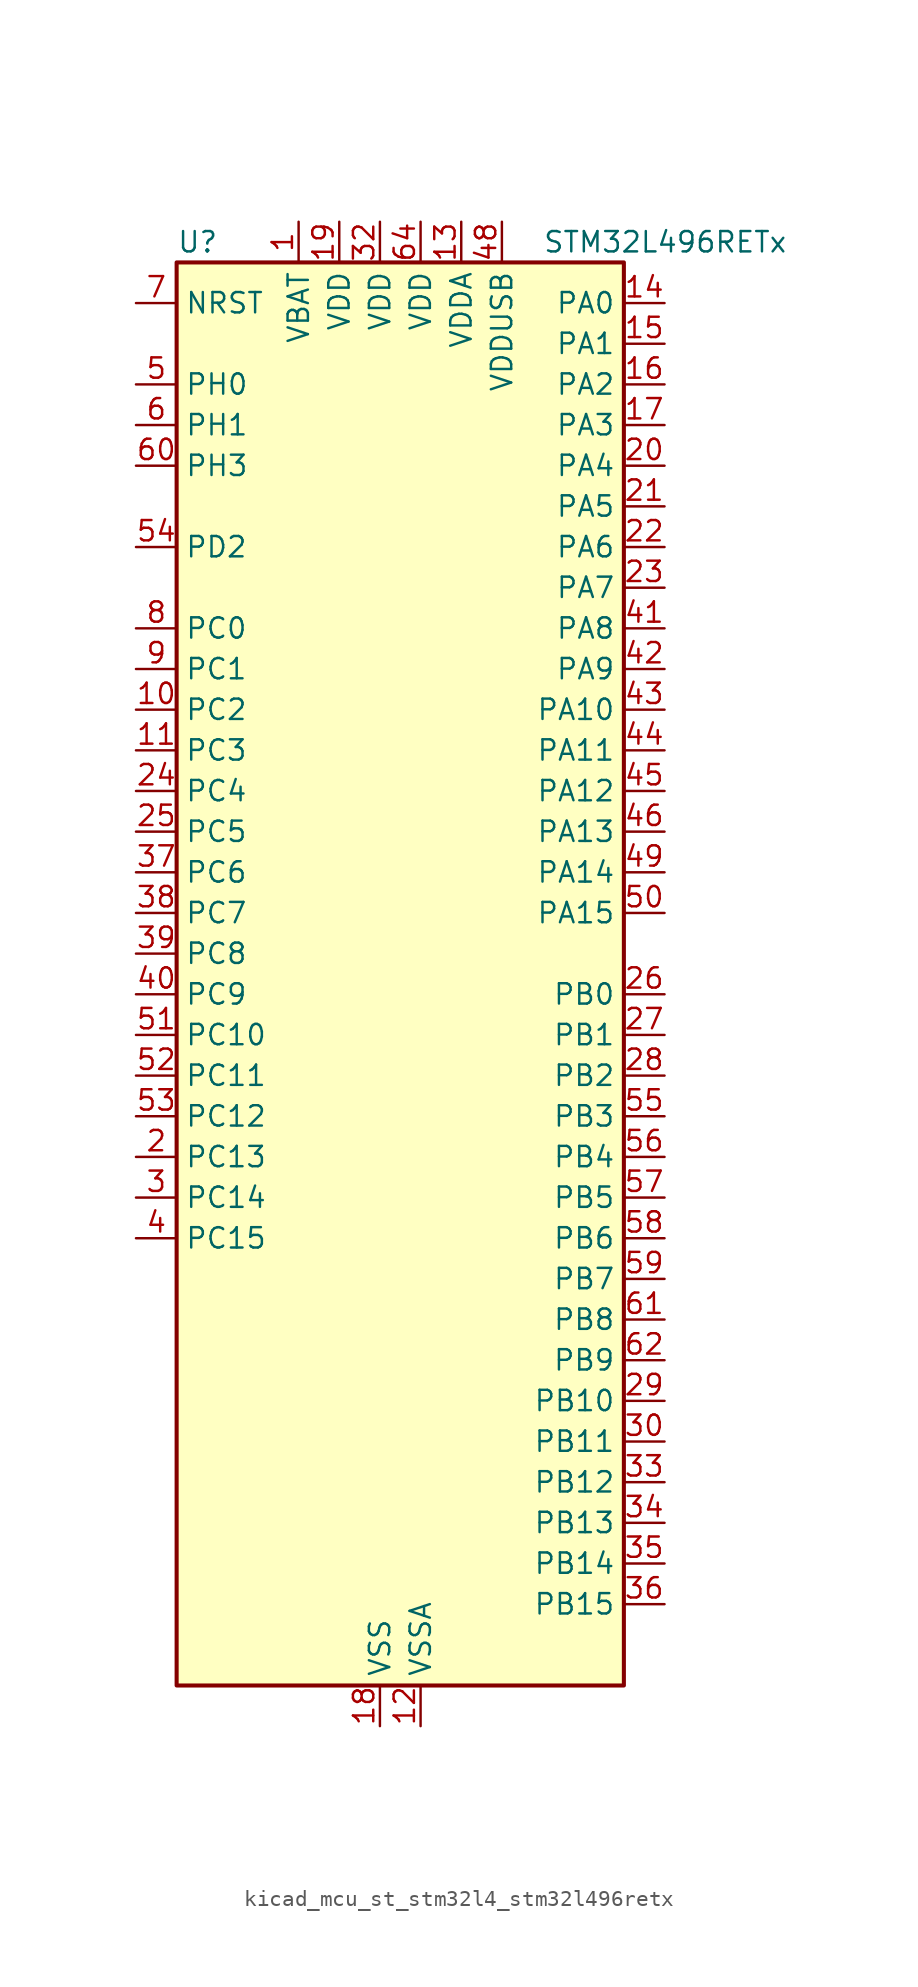
<source format=kicad_sym>
(kicad_symbol_lib
  (version 20220914)
  (generator kicad_symbol_editor)
  (symbol "kicad_mcu_st_stm32l4_stm32l496retx"
    (property "Reference" "U"
      (at -12.7 46.99 0)
      (effects (font (size 1.27 1.27)) (justify left)))
    (property "Value" "STM32L496RETx"
      (at 10.16 46.99 0)
      (effects (font (size 1.27 1.27)) (justify left)))
    (property "ki_locked" ""
      (at 0 0 0)
      (effects (font (size 1.27 1.27))))
    (symbol "kicad_mcu_st_stm32l4_stm32l496retx_0_1"
      (rectangle (start -12.7 -43.18) (end 15.24 45.72) (stroke (width 0.254) (type default)) (fill (type background))))
    (symbol "kicad_mcu_st_stm32l4_stm32l496retx_1_1"
      (pin power_in line (at -5.08 48.26 270) (length 2.54) (name "VBAT" (effects (font (size 1.27 1.27)))) (number "1" (effects (font (size 1.27 1.27)))))
      (pin bidirectional line (at -15.24 17.78 0) (length 2.54) (name "PC2" (effects (font (size 1.27 1.27)))) (number "10" (effects (font (size 1.27 1.27)))) (alternate "ADC1_IN3" bidirectional line) (alternate "ADC2_IN3" bidirectional line) (alternate "ADC3_IN3" bidirectional line) (alternate "DFSDM1_CKOUT" bidirectional line) (alternate "LCD_SEG20" bidirectional line) (alternate "LPTIM1_IN2" bidirectional line) (alternate "QUADSPI_BK2_IO1" bidirectional line) (alternate "SPI2_MISO" bidirectional line))
      (pin bidirectional line (at -15.24 15.24 0) (length 2.54) (name "PC3" (effects (font (size 1.27 1.27)))) (number "11" (effects (font (size 1.27 1.27)))) (alternate "ADC1_IN4" bidirectional line) (alternate "ADC2_IN4" bidirectional line) (alternate "ADC3_IN4" bidirectional line) (alternate "LCD_VLCD" bidirectional line) (alternate "LPTIM1_ETR" bidirectional line) (alternate "LPTIM2_ETR" bidirectional line) (alternate "QUADSPI_BK2_IO2" bidirectional line) (alternate "SAI1_SD_A" bidirectional line) (alternate "SPI2_MOSI" bidirectional line))
      (pin power_in line (at 2.54 -45.72 90) (length 2.54) (name "VSSA" (effects (font (size 1.27 1.27)))) (number "12" (effects (font (size 1.27 1.27)))))
      (pin power_in line (at 5.08 48.26 270) (length 2.54) (name "VDDA" (effects (font (size 1.27 1.27)))) (number "13" (effects (font (size 1.27 1.27)))))
      (pin bidirectional line (at 17.78 43.18 180) (length 2.54) (name "PA0" (effects (font (size 1.27 1.27)))) (number "14" (effects (font (size 1.27 1.27)))) (alternate "ADC1_IN5" bidirectional line) (alternate "ADC2_IN5" bidirectional line) (alternate "OPAMP1_VINP" bidirectional line) (alternate "RTC_TAMP2" bidirectional line) (alternate "SAI1_EXTCLK" bidirectional line) (alternate "SYS_WKUP1" bidirectional line) (alternate "TIM2_CH1" bidirectional line) (alternate "TIM2_ETR" bidirectional line) (alternate "TIM5_CH1" bidirectional line) (alternate "TIM8_ETR" bidirectional line) (alternate "UART4_TX" bidirectional line) (alternate "USART2_CTS" bidirectional line))
      (pin bidirectional line (at 17.78 40.64 180) (length 2.54) (name "PA1" (effects (font (size 1.27 1.27)))) (number "15" (effects (font (size 1.27 1.27)))) (alternate "ADC1_IN6" bidirectional line) (alternate "ADC2_IN6" bidirectional line) (alternate "I2C1_SMBA" bidirectional line) (alternate "LCD_SEG0" bidirectional line) (alternate "OPAMP1_VINM" bidirectional line) (alternate "SPI1_SCK" bidirectional line) (alternate "TIM15_CH1N" bidirectional line) (alternate "TIM2_CH2" bidirectional line) (alternate "TIM5_CH2" bidirectional line) (alternate "UART4_RX" bidirectional line) (alternate "USART2_DE" bidirectional line) (alternate "USART2_RTS" bidirectional line))
      (pin bidirectional line (at 17.78 38.1 180) (length 2.54) (name "PA2" (effects (font (size 1.27 1.27)))) (number "16" (effects (font (size 1.27 1.27)))) (alternate "ADC1_IN7" bidirectional line) (alternate "ADC2_IN7" bidirectional line) (alternate "LCD_SEG1" bidirectional line) (alternate "LPUART1_TX" bidirectional line) (alternate "QUADSPI_BK1_NCS" bidirectional line) (alternate "RCC_LSCO" bidirectional line) (alternate "SAI2_EXTCLK" bidirectional line) (alternate "SYS_WKUP4" bidirectional line) (alternate "TIM15_CH1" bidirectional line) (alternate "TIM2_CH3" bidirectional line) (alternate "TIM5_CH3" bidirectional line) (alternate "USART2_TX" bidirectional line))
      (pin bidirectional line (at 17.78 35.56 180) (length 2.54) (name "PA3" (effects (font (size 1.27 1.27)))) (number "17" (effects (font (size 1.27 1.27)))) (alternate "ADC1_IN8" bidirectional line) (alternate "ADC2_IN8" bidirectional line) (alternate "LCD_SEG2" bidirectional line) (alternate "LPUART1_RX" bidirectional line) (alternate "OPAMP1_VOUT" bidirectional line) (alternate "QUADSPI_CLK" bidirectional line) (alternate "SAI1_MCLK_A" bidirectional line) (alternate "TIM15_CH2" bidirectional line) (alternate "TIM2_CH4" bidirectional line) (alternate "TIM5_CH4" bidirectional line) (alternate "USART2_RX" bidirectional line))
      (pin power_in line (at 0 -45.72 90) (length 2.54) (name "VSS" (effects (font (size 1.27 1.27)))) (number "18" (effects (font (size 1.27 1.27)))))
      (pin power_in line (at -2.54 48.26 270) (length 2.54) (name "VDD" (effects (font (size 1.27 1.27)))) (number "19" (effects (font (size 1.27 1.27)))))
      (pin bidirectional line (at -15.24 -10.16 0) (length 2.54) (name "PC13" (effects (font (size 1.27 1.27)))) (number "2" (effects (font (size 1.27 1.27)))) (alternate "RTC_OUT_ALARM" bidirectional line) (alternate "RTC_OUT_CALIB" bidirectional line) (alternate "RTC_TAMP1" bidirectional line) (alternate "RTC_TS" bidirectional line) (alternate "SYS_WKUP2" bidirectional line))
      (pin bidirectional line (at 17.78 33.02 180) (length 2.54) (name "PA4" (effects (font (size 1.27 1.27)))) (number "20" (effects (font (size 1.27 1.27)))) (alternate "ADC1_IN9" bidirectional line) (alternate "ADC2_IN9" bidirectional line) (alternate "DAC1_OUT1" bidirectional line) (alternate "DCMI_HSYNC" bidirectional line) (alternate "LPTIM2_OUT" bidirectional line) (alternate "SAI1_FS_B" bidirectional line) (alternate "SPI1_NSS" bidirectional line) (alternate "SPI3_NSS" bidirectional line) (alternate "USART2_CK" bidirectional line))
      (pin bidirectional line (at 17.78 30.48 180) (length 2.54) (name "PA5" (effects (font (size 1.27 1.27)))) (number "21" (effects (font (size 1.27 1.27)))) (alternate "ADC1_IN10" bidirectional line) (alternate "ADC2_IN10" bidirectional line) (alternate "DAC1_OUT2" bidirectional line) (alternate "LPTIM2_ETR" bidirectional line) (alternate "SPI1_SCK" bidirectional line) (alternate "TIM2_CH1" bidirectional line) (alternate "TIM2_ETR" bidirectional line) (alternate "TIM8_CH1N" bidirectional line))
      (pin bidirectional line (at 17.78 27.94 180) (length 2.54) (name "PA6" (effects (font (size 1.27 1.27)))) (number "22" (effects (font (size 1.27 1.27)))) (alternate "ADC1_IN11" bidirectional line) (alternate "ADC2_IN11" bidirectional line) (alternate "DCMI_PIXCLK" bidirectional line) (alternate "LCD_SEG3" bidirectional line) (alternate "LPUART1_CTS" bidirectional line) (alternate "OPAMP2_VINP" bidirectional line) (alternate "QUADSPI_BK1_IO3" bidirectional line) (alternate "SPI1_MISO" bidirectional line) (alternate "TIM16_CH1" bidirectional line) (alternate "TIM1_BKIN" bidirectional line) (alternate "TIM1_BKIN_COMP2" bidirectional line) (alternate "TIM3_CH1" bidirectional line) (alternate "TIM8_BKIN" bidirectional line) (alternate "TIM8_BKIN_COMP2" bidirectional line) (alternate "USART3_CTS" bidirectional line))
      (pin bidirectional line (at 17.78 25.4 180) (length 2.54) (name "PA7" (effects (font (size 1.27 1.27)))) (number "23" (effects (font (size 1.27 1.27)))) (alternate "ADC1_IN12" bidirectional line) (alternate "ADC2_IN12" bidirectional line) (alternate "I2C3_SCL" bidirectional line) (alternate "LCD_SEG4" bidirectional line) (alternate "OPAMP2_VINM" bidirectional line) (alternate "QUADSPI_BK1_IO2" bidirectional line) (alternate "SPI1_MOSI" bidirectional line) (alternate "TIM17_CH1" bidirectional line) (alternate "TIM1_CH1N" bidirectional line) (alternate "TIM3_CH2" bidirectional line) (alternate "TIM8_CH1N" bidirectional line))
      (pin bidirectional line (at -15.24 12.7 0) (length 2.54) (name "PC4" (effects (font (size 1.27 1.27)))) (number "24" (effects (font (size 1.27 1.27)))) (alternate "ADC1_IN13" bidirectional line) (alternate "ADC2_IN13" bidirectional line) (alternate "COMP1_INM" bidirectional line) (alternate "LCD_SEG22" bidirectional line) (alternate "QUADSPI_BK2_IO3" bidirectional line) (alternate "USART3_TX" bidirectional line))
      (pin bidirectional line (at -15.24 10.16 0) (length 2.54) (name "PC5" (effects (font (size 1.27 1.27)))) (number "25" (effects (font (size 1.27 1.27)))) (alternate "ADC1_IN14" bidirectional line) (alternate "ADC2_IN14" bidirectional line) (alternate "COMP1_INP" bidirectional line) (alternate "LCD_SEG23" bidirectional line) (alternate "SYS_WKUP5" bidirectional line) (alternate "USART3_RX" bidirectional line))
      (pin bidirectional line (at 17.78 0 180) (length 2.54) (name "PB0" (effects (font (size 1.27 1.27)))) (number "26" (effects (font (size 1.27 1.27)))) (alternate "ADC1_IN15" bidirectional line) (alternate "ADC2_IN15" bidirectional line) (alternate "COMP1_OUT" bidirectional line) (alternate "LCD_SEG5" bidirectional line) (alternate "OPAMP2_VOUT" bidirectional line) (alternate "QUADSPI_BK1_IO1" bidirectional line) (alternate "SAI1_EXTCLK" bidirectional line) (alternate "SPI1_NSS" bidirectional line) (alternate "TIM1_CH2N" bidirectional line) (alternate "TIM3_CH3" bidirectional line) (alternate "TIM8_CH2N" bidirectional line) (alternate "USART3_CK" bidirectional line))
      (pin bidirectional line (at 17.78 -2.54 180) (length 2.54) (name "PB1" (effects (font (size 1.27 1.27)))) (number "27" (effects (font (size 1.27 1.27)))) (alternate "ADC1_IN16" bidirectional line) (alternate "ADC2_IN16" bidirectional line) (alternate "COMP1_INM" bidirectional line) (alternate "DFSDM1_DATIN0" bidirectional line) (alternate "LCD_SEG6" bidirectional line) (alternate "LPTIM2_IN1" bidirectional line) (alternate "LPUART1_DE" bidirectional line) (alternate "LPUART1_RTS" bidirectional line) (alternate "QUADSPI_BK1_IO0" bidirectional line) (alternate "TIM1_CH3N" bidirectional line) (alternate "TIM3_CH4" bidirectional line) (alternate "TIM8_CH3N" bidirectional line) (alternate "USART3_DE" bidirectional line) (alternate "USART3_RTS" bidirectional line))
      (pin bidirectional line (at 17.78 -5.08 180) (length 2.54) (name "PB2" (effects (font (size 1.27 1.27)))) (number "28" (effects (font (size 1.27 1.27)))) (alternate "COMP1_INP" bidirectional line) (alternate "DFSDM1_CKIN0" bidirectional line) (alternate "I2C3_SMBA" bidirectional line) (alternate "LCD_VLCD" bidirectional line) (alternate "LPTIM1_OUT" bidirectional line) (alternate "RTC_OUT_ALARM" bidirectional line) (alternate "RTC_OUT_CALIB" bidirectional line))
      (pin bidirectional line (at 17.78 -25.4 180) (length 2.54) (name "PB10" (effects (font (size 1.27 1.27)))) (number "29" (effects (font (size 1.27 1.27)))) (alternate "COMP1_OUT" bidirectional line) (alternate "DFSDM1_DATIN7" bidirectional line) (alternate "I2C2_SCL" bidirectional line) (alternate "I2C4_SCL" bidirectional line) (alternate "LCD_SEG10" bidirectional line) (alternate "LPUART1_RX" bidirectional line) (alternate "QUADSPI_CLK" bidirectional line) (alternate "SAI1_SCK_A" bidirectional line) (alternate "SPI2_SCK" bidirectional line) (alternate "TIM2_CH3" bidirectional line) (alternate "TSC_SYNC" bidirectional line) (alternate "USART3_TX" bidirectional line))
      (pin bidirectional line (at -15.24 -12.7 0) (length 2.54) (name "PC14" (effects (font (size 1.27 1.27)))) (number "3" (effects (font (size 1.27 1.27)))) (alternate "RCC_OSC32_IN" bidirectional line))
      (pin bidirectional line (at 17.78 -27.94 180) (length 2.54) (name "PB11" (effects (font (size 1.27 1.27)))) (number "30" (effects (font (size 1.27 1.27)))) (alternate "ADC1_EXTI11" bidirectional line) (alternate "ADC2_EXTI11" bidirectional line) (alternate "ADC3_EXTI11" bidirectional line) (alternate "COMP2_OUT" bidirectional line) (alternate "DFSDM1_CKIN7" bidirectional line) (alternate "I2C2_SDA" bidirectional line) (alternate "I2C4_SDA" bidirectional line) (alternate "LCD_SEG11" bidirectional line) (alternate "LPUART1_TX" bidirectional line) (alternate "QUADSPI_BK1_NCS" bidirectional line) (alternate "TIM2_CH4" bidirectional line) (alternate "USART3_RX" bidirectional line))
      (pin passive line (at 0 -45.72 90) (length 2.54) hide (name "VSS" (effects (font (size 1.27 1.27)))) (number "31" (effects (font (size 1.27 1.27)))))
      (pin power_in line (at 0 48.26 270) (length 2.54) (name "VDD" (effects (font (size 1.27 1.27)))) (number "32" (effects (font (size 1.27 1.27)))))
      (pin bidirectional line (at 17.78 -30.48 180) (length 2.54) (name "PB12" (effects (font (size 1.27 1.27)))) (number "33" (effects (font (size 1.27 1.27)))) (alternate "CAN2_RX" bidirectional line) (alternate "DFSDM1_DATIN1" bidirectional line) (alternate "I2C2_SMBA" bidirectional line) (alternate "LCD_SEG12" bidirectional line) (alternate "LPUART1_DE" bidirectional line) (alternate "LPUART1_RTS" bidirectional line) (alternate "SAI2_FS_A" bidirectional line) (alternate "SPI2_NSS" bidirectional line) (alternate "SWPMI1_IO" bidirectional line) (alternate "TIM15_BKIN" bidirectional line) (alternate "TIM1_BKIN" bidirectional line) (alternate "TIM1_BKIN_COMP2" bidirectional line) (alternate "TSC_G1_IO1" bidirectional line) (alternate "USART3_CK" bidirectional line))
      (pin bidirectional line (at 17.78 -33.02 180) (length 2.54) (name "PB13" (effects (font (size 1.27 1.27)))) (number "34" (effects (font (size 1.27 1.27)))) (alternate "CAN2_TX" bidirectional line) (alternate "DFSDM1_CKIN1" bidirectional line) (alternate "I2C2_SCL" bidirectional line) (alternate "LCD_SEG13" bidirectional line) (alternate "LPUART1_CTS" bidirectional line) (alternate "SAI2_SCK_A" bidirectional line) (alternate "SPI2_SCK" bidirectional line) (alternate "SWPMI1_TX" bidirectional line) (alternate "TIM15_CH1N" bidirectional line) (alternate "TIM1_CH1N" bidirectional line) (alternate "TSC_G1_IO2" bidirectional line) (alternate "USART3_CTS" bidirectional line))
      (pin bidirectional line (at 17.78 -35.56 180) (length 2.54) (name "PB14" (effects (font (size 1.27 1.27)))) (number "35" (effects (font (size 1.27 1.27)))) (alternate "DFSDM1_DATIN2" bidirectional line) (alternate "I2C2_SDA" bidirectional line) (alternate "LCD_SEG14" bidirectional line) (alternate "SAI2_MCLK_A" bidirectional line) (alternate "SPI2_MISO" bidirectional line) (alternate "SWPMI1_RX" bidirectional line) (alternate "TIM15_CH1" bidirectional line) (alternate "TIM1_CH2N" bidirectional line) (alternate "TIM8_CH2N" bidirectional line) (alternate "TSC_G1_IO3" bidirectional line) (alternate "USART3_DE" bidirectional line) (alternate "USART3_RTS" bidirectional line))
      (pin bidirectional line (at 17.78 -38.1 180) (length 2.54) (name "PB15" (effects (font (size 1.27 1.27)))) (number "36" (effects (font (size 1.27 1.27)))) (alternate "ADC1_EXTI15" bidirectional line) (alternate "ADC2_EXTI15" bidirectional line) (alternate "ADC3_EXTI15" bidirectional line) (alternate "DFSDM1_CKIN2" bidirectional line) (alternate "LCD_SEG15" bidirectional line) (alternate "RTC_REFIN" bidirectional line) (alternate "SAI2_SD_A" bidirectional line) (alternate "SPI2_MOSI" bidirectional line) (alternate "SWPMI1_SUSPEND" bidirectional line) (alternate "TIM15_CH2" bidirectional line) (alternate "TIM1_CH3N" bidirectional line) (alternate "TIM8_CH3N" bidirectional line) (alternate "TSC_G1_IO4" bidirectional line))
      (pin bidirectional line (at -15.24 7.62 0) (length 2.54) (name "PC6" (effects (font (size 1.27 1.27)))) (number "37" (effects (font (size 1.27 1.27)))) (alternate "DCMI_D0" bidirectional line) (alternate "DFSDM1_CKIN3" bidirectional line) (alternate "LCD_SEG24" bidirectional line) (alternate "SAI2_MCLK_A" bidirectional line) (alternate "SDMMC1_D6" bidirectional line) (alternate "TIM3_CH1" bidirectional line) (alternate "TIM8_CH1" bidirectional line) (alternate "TSC_G4_IO1" bidirectional line))
      (pin bidirectional line (at -15.24 5.08 0) (length 2.54) (name "PC7" (effects (font (size 1.27 1.27)))) (number "38" (effects (font (size 1.27 1.27)))) (alternate "DCMI_D1" bidirectional line) (alternate "DFSDM1_DATIN3" bidirectional line) (alternate "LCD_SEG25" bidirectional line) (alternate "SAI2_MCLK_B" bidirectional line) (alternate "SDMMC1_D7" bidirectional line) (alternate "TIM3_CH2" bidirectional line) (alternate "TIM8_CH2" bidirectional line) (alternate "TSC_G4_IO2" bidirectional line))
      (pin bidirectional line (at -15.24 2.54 0) (length 2.54) (name "PC8" (effects (font (size 1.27 1.27)))) (number "39" (effects (font (size 1.27 1.27)))) (alternate "DCMI_D2" bidirectional line) (alternate "LCD_SEG26" bidirectional line) (alternate "SDMMC1_D0" bidirectional line) (alternate "TIM3_CH3" bidirectional line) (alternate "TIM8_CH3" bidirectional line) (alternate "TSC_G4_IO3" bidirectional line))
      (pin bidirectional line (at -15.24 -15.24 0) (length 2.54) (name "PC15" (effects (font (size 1.27 1.27)))) (number "4" (effects (font (size 1.27 1.27)))) (alternate "ADC1_EXTI15" bidirectional line) (alternate "ADC2_EXTI15" bidirectional line) (alternate "ADC3_EXTI15" bidirectional line) (alternate "RCC_OSC32_OUT" bidirectional line))
      (pin bidirectional line (at -15.24 0 0) (length 2.54) (name "PC9" (effects (font (size 1.27 1.27)))) (number "40" (effects (font (size 1.27 1.27)))) (alternate "DAC1_EXTI9" bidirectional line) (alternate "DCMI_D3" bidirectional line) (alternate "I2C3_SDA" bidirectional line) (alternate "LCD_SEG27" bidirectional line) (alternate "SAI2_EXTCLK" bidirectional line) (alternate "SDMMC1_D1" bidirectional line) (alternate "TIM3_CH4" bidirectional line) (alternate "TIM8_BKIN2" bidirectional line) (alternate "TIM8_BKIN2_COMP1" bidirectional line) (alternate "TIM8_CH4" bidirectional line) (alternate "TSC_G4_IO4" bidirectional line) (alternate "USB_OTG_FS_NOE" bidirectional line))
      (pin bidirectional line (at 17.78 22.86 180) (length 2.54) (name "PA8" (effects (font (size 1.27 1.27)))) (number "41" (effects (font (size 1.27 1.27)))) (alternate "LCD_COM0" bidirectional line) (alternate "LPTIM2_OUT" bidirectional line) (alternate "RCC_MCO" bidirectional line) (alternate "SAI1_SCK_A" bidirectional line) (alternate "SWPMI1_IO" bidirectional line) (alternate "TIM1_CH1" bidirectional line) (alternate "USART1_CK" bidirectional line) (alternate "USB_OTG_FS_SOF" bidirectional line))
      (pin bidirectional line (at 17.78 20.32 180) (length 2.54) (name "PA9" (effects (font (size 1.27 1.27)))) (number "42" (effects (font (size 1.27 1.27)))) (alternate "DAC1_EXTI9" bidirectional line) (alternate "DCMI_D0" bidirectional line) (alternate "LCD_COM1" bidirectional line) (alternate "SAI1_FS_A" bidirectional line) (alternate "SPI2_SCK" bidirectional line) (alternate "TIM15_BKIN" bidirectional line) (alternate "TIM1_CH2" bidirectional line) (alternate "USART1_TX" bidirectional line) (alternate "USB_OTG_FS_VBUS" bidirectional line))
      (pin bidirectional line (at 17.78 17.78 180) (length 2.54) (name "PA10" (effects (font (size 1.27 1.27)))) (number "43" (effects (font (size 1.27 1.27)))) (alternate "DCMI_D1" bidirectional line) (alternate "LCD_COM2" bidirectional line) (alternate "SAI1_SD_A" bidirectional line) (alternate "TIM17_BKIN" bidirectional line) (alternate "TIM1_CH3" bidirectional line) (alternate "USART1_RX" bidirectional line) (alternate "USB_OTG_FS_ID" bidirectional line))
      (pin bidirectional line (at 17.78 15.24 180) (length 2.54) (name "PA11" (effects (font (size 1.27 1.27)))) (number "44" (effects (font (size 1.27 1.27)))) (alternate "ADC1_EXTI11" bidirectional line) (alternate "ADC2_EXTI11" bidirectional line) (alternate "ADC3_EXTI11" bidirectional line) (alternate "CAN1_RX" bidirectional line) (alternate "SPI1_MISO" bidirectional line) (alternate "TIM1_BKIN2" bidirectional line) (alternate "TIM1_BKIN2_COMP1" bidirectional line) (alternate "TIM1_CH4" bidirectional line) (alternate "USART1_CTS" bidirectional line) (alternate "USB_OTG_FS_DM" bidirectional line))
      (pin bidirectional line (at 17.78 12.7 180) (length 2.54) (name "PA12" (effects (font (size 1.27 1.27)))) (number "45" (effects (font (size 1.27 1.27)))) (alternate "CAN1_TX" bidirectional line) (alternate "SPI1_MOSI" bidirectional line) (alternate "TIM1_ETR" bidirectional line) (alternate "USART1_DE" bidirectional line) (alternate "USART1_RTS" bidirectional line) (alternate "USB_OTG_FS_DP" bidirectional line))
      (pin bidirectional line (at 17.78 10.16 180) (length 2.54) (name "PA13" (effects (font (size 1.27 1.27)))) (number "46" (effects (font (size 1.27 1.27)))) (alternate "IR_OUT" bidirectional line) (alternate "SAI1_SD_B" bidirectional line) (alternate "SWPMI1_TX" bidirectional line) (alternate "SYS_JTMS-SWDIO" bidirectional line) (alternate "USB_OTG_FS_NOE" bidirectional line))
      (pin passive line (at 0 -45.72 90) (length 2.54) hide (name "VSS" (effects (font (size 1.27 1.27)))) (number "47" (effects (font (size 1.27 1.27)))))
      (pin power_in line (at 7.62 48.26 270) (length 2.54) (name "VDDUSB" (effects (font (size 1.27 1.27)))) (number "48" (effects (font (size 1.27 1.27)))))
      (pin bidirectional line (at 17.78 7.62 180) (length 2.54) (name "PA14" (effects (font (size 1.27 1.27)))) (number "49" (effects (font (size 1.27 1.27)))) (alternate "I2C1_SMBA" bidirectional line) (alternate "I2C4_SMBA" bidirectional line) (alternate "LPTIM1_OUT" bidirectional line) (alternate "SAI1_FS_B" bidirectional line) (alternate "SWPMI1_RX" bidirectional line) (alternate "SYS_JTCK-SWCLK" bidirectional line) (alternate "USB_OTG_FS_SOF" bidirectional line))
      (pin bidirectional line (at -15.24 38.1 0) (length 2.54) (name "PH0" (effects (font (size 1.27 1.27)))) (number "5" (effects (font (size 1.27 1.27)))) (alternate "RCC_OSC_IN" bidirectional line))
      (pin bidirectional line (at 17.78 5.08 180) (length 2.54) (name "PA15" (effects (font (size 1.27 1.27)))) (number "50" (effects (font (size 1.27 1.27)))) (alternate "ADC1_EXTI15" bidirectional line) (alternate "ADC2_EXTI15" bidirectional line) (alternate "ADC3_EXTI15" bidirectional line) (alternate "LCD_SEG17" bidirectional line) (alternate "SAI2_FS_B" bidirectional line) (alternate "SPI1_NSS" bidirectional line) (alternate "SPI3_NSS" bidirectional line) (alternate "SWPMI1_SUSPEND" bidirectional line) (alternate "SYS_JTDI" bidirectional line) (alternate "TIM2_CH1" bidirectional line) (alternate "TIM2_ETR" bidirectional line) (alternate "TSC_G3_IO1" bidirectional line) (alternate "UART4_DE" bidirectional line) (alternate "UART4_RTS" bidirectional line) (alternate "USART2_RX" bidirectional line) (alternate "USART3_DE" bidirectional line) (alternate "USART3_RTS" bidirectional line))
      (pin bidirectional line (at -15.24 -2.54 0) (length 2.54) (name "PC10" (effects (font (size 1.27 1.27)))) (number "51" (effects (font (size 1.27 1.27)))) (alternate "DCMI_D8" bidirectional line) (alternate "LCD_COM4" bidirectional line) (alternate "LCD_SEG28" bidirectional line) (alternate "LCD_SEG40" bidirectional line) (alternate "SAI2_SCK_B" bidirectional line) (alternate "SDMMC1_D2" bidirectional line) (alternate "SPI3_SCK" bidirectional line) (alternate "SYS_TRACED1" bidirectional line) (alternate "TSC_G3_IO2" bidirectional line) (alternate "UART4_TX" bidirectional line) (alternate "USART3_TX" bidirectional line))
      (pin bidirectional line (at -15.24 -5.08 0) (length 2.54) (name "PC11" (effects (font (size 1.27 1.27)))) (number "52" (effects (font (size 1.27 1.27)))) (alternate "ADC1_EXTI11" bidirectional line) (alternate "ADC2_EXTI11" bidirectional line) (alternate "ADC3_EXTI11" bidirectional line) (alternate "DCMI_D4" bidirectional line) (alternate "LCD_COM5" bidirectional line) (alternate "LCD_SEG29" bidirectional line) (alternate "LCD_SEG41" bidirectional line) (alternate "QUADSPI_BK2_NCS" bidirectional line) (alternate "SAI2_MCLK_B" bidirectional line) (alternate "SDMMC1_D3" bidirectional line) (alternate "SPI3_MISO" bidirectional line) (alternate "TSC_G3_IO3" bidirectional line) (alternate "UART4_RX" bidirectional line) (alternate "USART3_RX" bidirectional line))
      (pin bidirectional line (at -15.24 -7.62 0) (length 2.54) (name "PC12" (effects (font (size 1.27 1.27)))) (number "53" (effects (font (size 1.27 1.27)))) (alternate "DCMI_D9" bidirectional line) (alternate "LCD_COM6" bidirectional line) (alternate "LCD_SEG30" bidirectional line) (alternate "LCD_SEG42" bidirectional line) (alternate "SAI2_SD_B" bidirectional line) (alternate "SDMMC1_CK" bidirectional line) (alternate "SPI3_MOSI" bidirectional line) (alternate "SYS_TRACED3" bidirectional line) (alternate "TSC_G3_IO4" bidirectional line) (alternate "UART5_TX" bidirectional line) (alternate "USART3_CK" bidirectional line))
      (pin bidirectional line (at -15.24 27.94 0) (length 2.54) (name "PD2" (effects (font (size 1.27 1.27)))) (number "54" (effects (font (size 1.27 1.27)))) (alternate "DCMI_D11" bidirectional line) (alternate "LCD_COM7" bidirectional line) (alternate "LCD_SEG31" bidirectional line) (alternate "LCD_SEG43" bidirectional line) (alternate "SDMMC1_CMD" bidirectional line) (alternate "SYS_TRACED2" bidirectional line) (alternate "TIM3_ETR" bidirectional line) (alternate "TSC_SYNC" bidirectional line) (alternate "UART5_RX" bidirectional line) (alternate "USART3_DE" bidirectional line) (alternate "USART3_RTS" bidirectional line))
      (pin bidirectional line (at 17.78 -7.62 180) (length 2.54) (name "PB3" (effects (font (size 1.27 1.27)))) (number "55" (effects (font (size 1.27 1.27)))) (alternate "COMP2_INM" bidirectional line) (alternate "CRS_SYNC" bidirectional line) (alternate "LCD_SEG7" bidirectional line) (alternate "SAI1_SCK_B" bidirectional line) (alternate "SPI1_SCK" bidirectional line) (alternate "SPI3_SCK" bidirectional line) (alternate "SYS_JTDO-SWO" bidirectional line) (alternate "TIM2_CH2" bidirectional line) (alternate "USART1_DE" bidirectional line) (alternate "USART1_RTS" bidirectional line))
      (pin bidirectional line (at 17.78 -10.16 180) (length 2.54) (name "PB4" (effects (font (size 1.27 1.27)))) (number "56" (effects (font (size 1.27 1.27)))) (alternate "COMP2_INP" bidirectional line) (alternate "DCMI_D12" bidirectional line) (alternate "I2C3_SDA" bidirectional line) (alternate "LCD_SEG8" bidirectional line) (alternate "SAI1_MCLK_B" bidirectional line) (alternate "SPI1_MISO" bidirectional line) (alternate "SPI3_MISO" bidirectional line) (alternate "SYS_JTRST" bidirectional line) (alternate "TIM17_BKIN" bidirectional line) (alternate "TIM3_CH1" bidirectional line) (alternate "TSC_G2_IO1" bidirectional line) (alternate "UART5_DE" bidirectional line) (alternate "UART5_RTS" bidirectional line) (alternate "USART1_CTS" bidirectional line))
      (pin bidirectional line (at 17.78 -12.7 180) (length 2.54) (name "PB5" (effects (font (size 1.27 1.27)))) (number "57" (effects (font (size 1.27 1.27)))) (alternate "CAN2_RX" bidirectional line) (alternate "COMP2_OUT" bidirectional line) (alternate "DCMI_D10" bidirectional line) (alternate "I2C1_SMBA" bidirectional line) (alternate "LCD_SEG9" bidirectional line) (alternate "LPTIM1_IN1" bidirectional line) (alternate "SAI1_SD_B" bidirectional line) (alternate "SPI1_MOSI" bidirectional line) (alternate "SPI3_MOSI" bidirectional line) (alternate "TIM16_BKIN" bidirectional line) (alternate "TIM3_CH2" bidirectional line) (alternate "TSC_G2_IO2" bidirectional line) (alternate "UART5_CTS" bidirectional line) (alternate "USART1_CK" bidirectional line))
      (pin bidirectional line (at 17.78 -15.24 180) (length 2.54) (name "PB6" (effects (font (size 1.27 1.27)))) (number "58" (effects (font (size 1.27 1.27)))) (alternate "CAN2_TX" bidirectional line) (alternate "COMP2_INP" bidirectional line) (alternate "DCMI_D5" bidirectional line) (alternate "DFSDM1_DATIN5" bidirectional line) (alternate "I2C1_SCL" bidirectional line) (alternate "I2C4_SCL" bidirectional line) (alternate "LPTIM1_ETR" bidirectional line) (alternate "SAI1_FS_B" bidirectional line) (alternate "TIM16_CH1N" bidirectional line) (alternate "TIM4_CH1" bidirectional line) (alternate "TIM8_BKIN2" bidirectional line) (alternate "TIM8_BKIN2_COMP2" bidirectional line) (alternate "TSC_G2_IO3" bidirectional line) (alternate "USART1_TX" bidirectional line))
      (pin bidirectional line (at 17.78 -17.78 180) (length 2.54) (name "PB7" (effects (font (size 1.27 1.27)))) (number "59" (effects (font (size 1.27 1.27)))) (alternate "COMP2_INM" bidirectional line) (alternate "DCMI_VSYNC" bidirectional line) (alternate "DFSDM1_CKIN5" bidirectional line) (alternate "I2C1_SDA" bidirectional line) (alternate "I2C4_SDA" bidirectional line) (alternate "LCD_SEG21" bidirectional line) (alternate "LPTIM1_IN2" bidirectional line) (alternate "SYS_PVD_IN" bidirectional line) (alternate "TIM17_CH1N" bidirectional line) (alternate "TIM4_CH2" bidirectional line) (alternate "TIM8_BKIN" bidirectional line) (alternate "TIM8_BKIN_COMP1" bidirectional line) (alternate "TSC_G2_IO4" bidirectional line) (alternate "UART4_CTS" bidirectional line) (alternate "USART1_RX" bidirectional line))
      (pin bidirectional line (at -15.24 35.56 0) (length 2.54) (name "PH1" (effects (font (size 1.27 1.27)))) (number "6" (effects (font (size 1.27 1.27)))) (alternate "RCC_OSC_OUT" bidirectional line))
      (pin bidirectional line (at -15.24 33.02 0) (length 2.54) (name "PH3" (effects (font (size 1.27 1.27)))) (number "60" (effects (font (size 1.27 1.27)))))
      (pin bidirectional line (at 17.78 -20.32 180) (length 2.54) (name "PB8" (effects (font (size 1.27 1.27)))) (number "61" (effects (font (size 1.27 1.27)))) (alternate "CAN1_RX" bidirectional line) (alternate "DCMI_D6" bidirectional line) (alternate "DFSDM1_DATIN6" bidirectional line) (alternate "I2C1_SCL" bidirectional line) (alternate "LCD_SEG16" bidirectional line) (alternate "SAI1_MCLK_A" bidirectional line) (alternate "SDMMC1_D4" bidirectional line) (alternate "TIM16_CH1" bidirectional line) (alternate "TIM4_CH3" bidirectional line))
      (pin bidirectional line (at 17.78 -22.86 180) (length 2.54) (name "PB9" (effects (font (size 1.27 1.27)))) (number "62" (effects (font (size 1.27 1.27)))) (alternate "CAN1_TX" bidirectional line) (alternate "DAC1_EXTI9" bidirectional line) (alternate "DCMI_D7" bidirectional line) (alternate "DFSDM1_CKIN6" bidirectional line) (alternate "I2C1_SDA" bidirectional line) (alternate "IR_OUT" bidirectional line) (alternate "LCD_COM3" bidirectional line) (alternate "SAI1_FS_A" bidirectional line) (alternate "SDMMC1_D5" bidirectional line) (alternate "SPI2_NSS" bidirectional line) (alternate "TIM17_CH1" bidirectional line) (alternate "TIM4_CH4" bidirectional line))
      (pin passive line (at 0 -45.72 90) (length 2.54) hide (name "VSS" (effects (font (size 1.27 1.27)))) (number "63" (effects (font (size 1.27 1.27)))))
      (pin power_in line (at 2.54 48.26 270) (length 2.54) (name "VDD" (effects (font (size 1.27 1.27)))) (number "64" (effects (font (size 1.27 1.27)))))
      (pin input line (at -15.24 43.18 0) (length 2.54) (name "NRST" (effects (font (size 1.27 1.27)))) (number "7" (effects (font (size 1.27 1.27)))))
      (pin bidirectional line (at -15.24 22.86 0) (length 2.54) (name "PC0" (effects (font (size 1.27 1.27)))) (number "8" (effects (font (size 1.27 1.27)))) (alternate "ADC1_IN1" bidirectional line) (alternate "ADC2_IN1" bidirectional line) (alternate "ADC3_IN1" bidirectional line) (alternate "DFSDM1_DATIN4" bidirectional line) (alternate "I2C3_SCL" bidirectional line) (alternate "I2C4_SCL" bidirectional line) (alternate "LCD_SEG18" bidirectional line) (alternate "LPTIM1_IN1" bidirectional line) (alternate "LPTIM2_IN1" bidirectional line) (alternate "LPUART1_RX" bidirectional line))
      (pin bidirectional line (at -15.24 20.32 0) (length 2.54) (name "PC1" (effects (font (size 1.27 1.27)))) (number "9" (effects (font (size 1.27 1.27)))) (alternate "ADC1_IN2" bidirectional line) (alternate "ADC2_IN2" bidirectional line) (alternate "ADC3_IN2" bidirectional line) (alternate "DFSDM1_CKIN4" bidirectional line) (alternate "I2C3_SDA" bidirectional line) (alternate "I2C4_SDA" bidirectional line) (alternate "LCD_SEG19" bidirectional line) (alternate "LPTIM1_OUT" bidirectional line) (alternate "LPUART1_TX" bidirectional line) (alternate "QUADSPI_BK2_IO0" bidirectional line) (alternate "SAI1_SD_A" bidirectional line) (alternate "SPI2_MOSI" bidirectional line) (alternate "SYS_TRACED0" bidirectional line)))))
</source>
